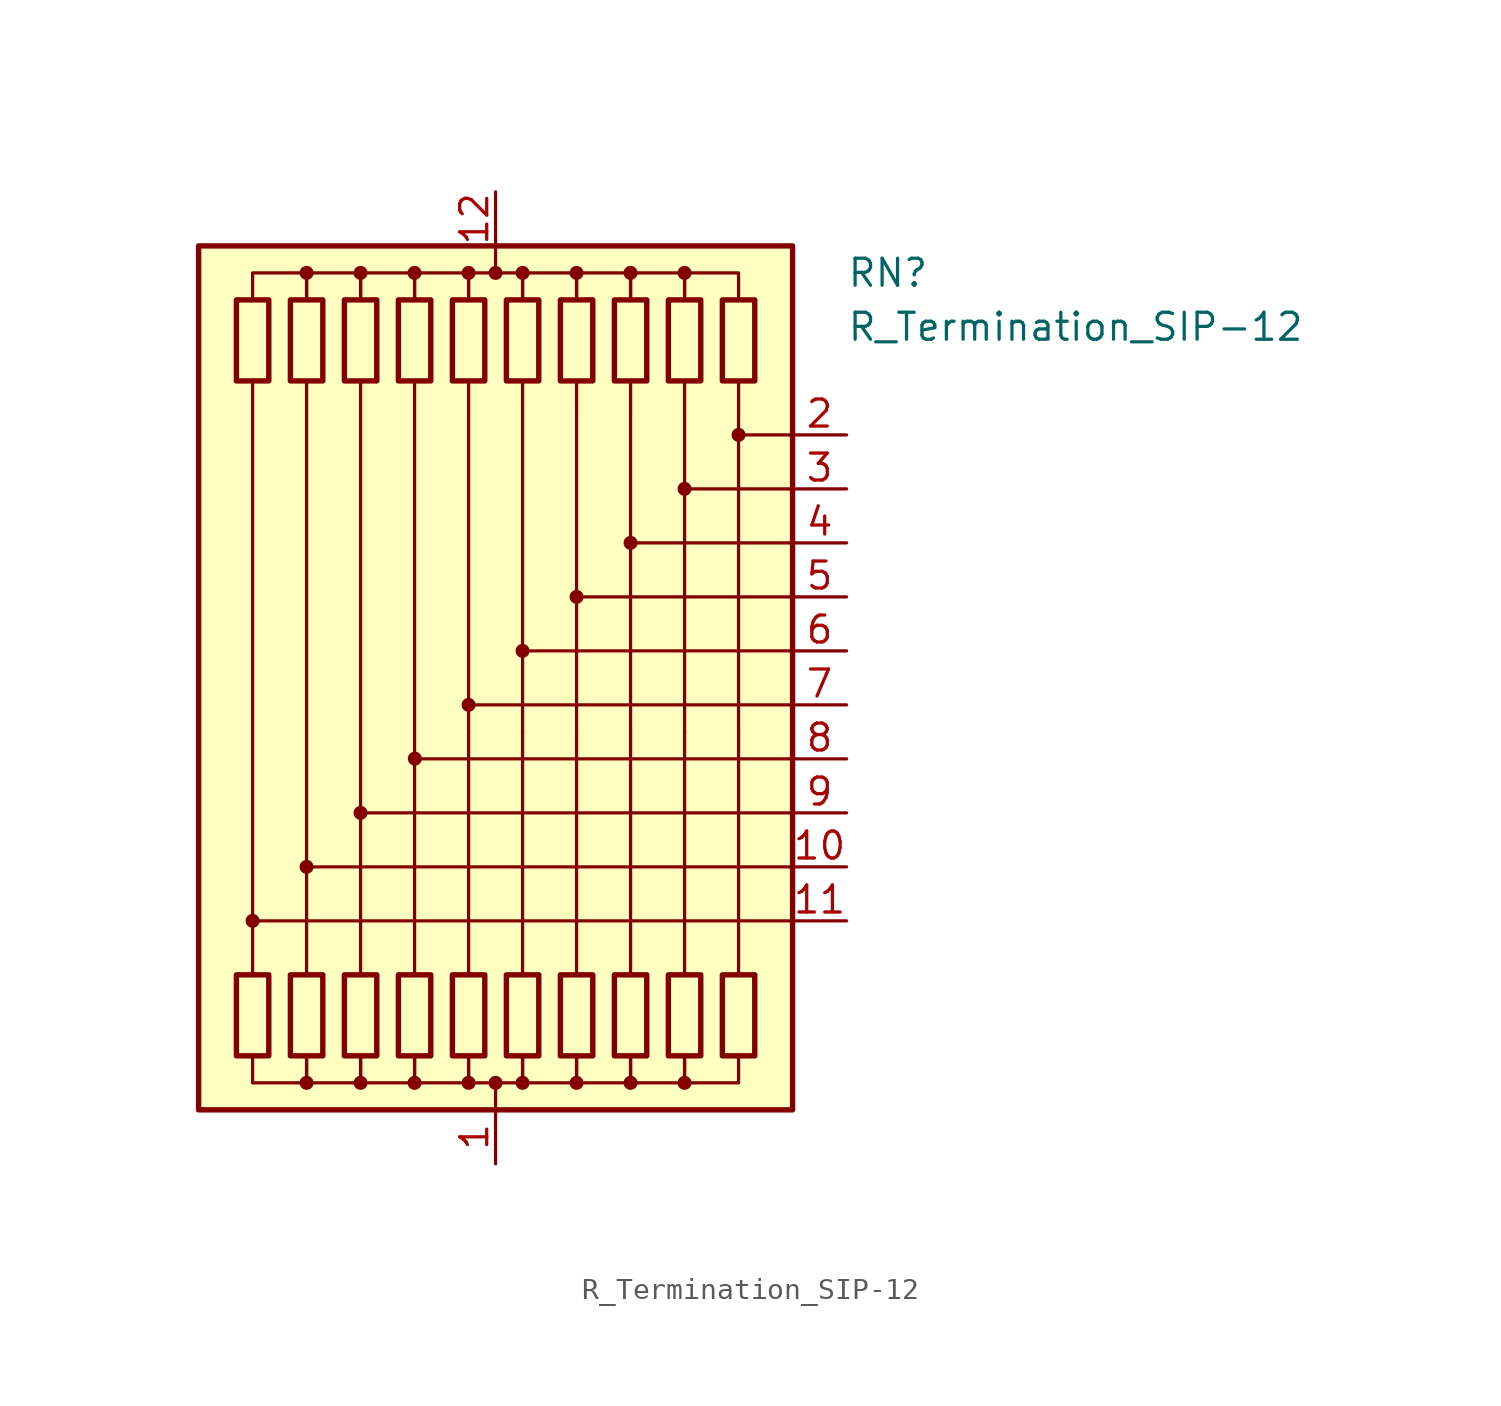
<source format=kicad_sym>
(kicad_symbol_lib
  (version 20220914)
  (generator kicad_symbol_editor)
  (symbol "R_Termination_SIP-12"
    (pin_names
      (offset 0.002) hide)
    (property "Reference" "RN"
      (at 16.51 19.05 0)
      (effects (font (size 1.27 1.27)) (justify left)))
    (property "Value" "R_Termination_SIP-12"
      (at 16.51 16.51 0)
      (effects (font (size 1.27 1.27)) (justify left)))
    (symbol "R_Termination_SIP-12_0_1"
      (rectangle (start -13.97 20.32) (end 13.97 -20.32) (stroke (width 0.254) (type default)) (fill (type background)))
      (rectangle (start -12.192 17.78) (end -10.668 13.97) (stroke (width 0.254) (type default)) (fill (type none)))
      (circle (center -11.43 -11.43) (radius 0.254) (stroke (width 0) (type default)) (fill (type outline)))
      (rectangle (start -10.668 -17.78) (end -12.192 -13.97) (stroke (width 0.254) (type default)) (fill (type none)))
      (rectangle (start -9.652 17.78) (end -8.128 13.97) (stroke (width 0.254) (type default)) (fill (type none)))
      (circle (center -8.89 -19.05) (radius 0.254) (stroke (width 0) (type default)) (fill (type outline)))
      (circle (center -8.89 -8.89) (radius 0.254) (stroke (width 0) (type default)) (fill (type outline)))
      (circle (center -8.89 19.05) (radius 0.254) (stroke (width 0) (type default)) (fill (type outline)))
      (rectangle (start -8.128 -17.78) (end -9.652 -13.97) (stroke (width 0.254) (type default)) (fill (type none)))
      (rectangle (start -7.112 17.78) (end -5.588 13.97) (stroke (width 0.254) (type default)) (fill (type none)))
      (circle (center -6.35 -19.05) (radius 0.254) (stroke (width 0) (type default)) (fill (type outline)))
      (circle (center -6.35 -6.35) (radius 0.254) (stroke (width 0) (type default)) (fill (type outline)))
      (circle (center -6.35 19.05) (radius 0.254) (stroke (width 0) (type default)) (fill (type outline)))
      (rectangle (start -5.588 -17.78) (end -7.112 -13.97) (stroke (width 0.254) (type default)) (fill (type none)))
      (rectangle (start -4.572 17.78) (end -3.048 13.97) (stroke (width 0.254) (type default)) (fill (type none)))
      (circle (center -3.81 -19.05) (radius 0.254) (stroke (width 0) (type default)) (fill (type outline)))
      (circle (center -3.81 19.05) (radius 0.254) (stroke (width 0) (type default)) (fill (type outline)))
      (circle (center -3.798 -3.799) (radius 0.254) (stroke (width 0) (type default)) (fill (type outline)))
      (rectangle (start -3.048 -17.78) (end -4.572 -13.97) (stroke (width 0.254) (type default)) (fill (type none)))
      (rectangle (start -2.032 17.78) (end -0.508 13.97) (stroke (width 0.254) (type default)) (fill (type none)))
      (circle (center -1.27 -19.05) (radius 0.254) (stroke (width 0) (type default)) (fill (type outline)))
      (circle (center -1.27 -1.27) (radius 0.254) (stroke (width 0) (type default)) (fill (type outline)))
      (circle (center -1.27 19.05) (radius 0.254) (stroke (width 0) (type default)) (fill (type outline)))
      (rectangle (start -0.508 -17.78) (end -2.032 -13.97) (stroke (width 0.254) (type default)) (fill (type none)))
      (circle (center 0 -19.05) (radius 0.254) (stroke (width 0) (type default)) (fill (type outline)))
      (polyline (pts (xy -11.43 13.97) (xy -11.43 -13.97)) (stroke (width 0) (type default)) (fill (type none)))
      (polyline (pts (xy -8.89 13.97) (xy -8.89 -13.97)) (stroke (width 0) (type default)) (fill (type none)))
      (polyline (pts (xy -6.35 13.97) (xy -6.35 -13.97)) (stroke (width 0) (type default)) (fill (type none)))
      (polyline (pts (xy -3.81 13.97) (xy -3.81 -13.97)) (stroke (width 0) (type default)) (fill (type none)))
      (polyline (pts (xy -1.27 -13.97) (xy -1.27 -2.54)) (stroke (width 0) (type default)) (fill (type none)))
      (polyline (pts (xy -1.27 12.7) (xy -1.27 -2.54)) (stroke (width 0.152) (type default)) (fill (type none)))
      (polyline (pts (xy -1.27 13.97) (xy -1.27 12.7)) (stroke (width 0) (type default)) (fill (type none)))
      (polyline (pts (xy 0 -20.32) (xy 0 -19.05)) (stroke (width 0) (type default)) (fill (type none)))
      (polyline (pts (xy 0 20.32) (xy 0 19.05)) (stroke (width 0) (type default)) (fill (type none)))
      (polyline (pts (xy 1.27 -13.97) (xy 1.27 -2.54)) (stroke (width 0) (type default)) (fill (type none)))
      (polyline (pts (xy 1.27 12.7) (xy 1.27 -2.54)) (stroke (width 0.152) (type default)) (fill (type none)))
      (polyline (pts (xy 1.27 13.97) (xy 1.27 12.7)) (stroke (width 0) (type default)) (fill (type none)))
      (polyline (pts (xy 3.81 -13.97) (xy 3.81 -2.54)) (stroke (width 0) (type default)) (fill (type none)))
      (polyline (pts (xy 3.81 12.7) (xy 3.81 -2.54)) (stroke (width 0.152) (type default)) (fill (type none)))
      (polyline (pts (xy 3.81 13.97) (xy 3.81 12.7)) (stroke (width 0) (type default)) (fill (type none)))
      (polyline (pts (xy 6.35 -13.97) (xy 6.35 -2.54)) (stroke (width 0) (type default)) (fill (type none)))
      (polyline (pts (xy 6.35 12.7) (xy 6.35 -2.54)) (stroke (width 0.152) (type default)) (fill (type none)))
      (polyline (pts (xy 6.35 13.97) (xy 6.35 12.7)) (stroke (width 0) (type default)) (fill (type none)))
      (polyline (pts (xy 8.89 -13.97) (xy 8.89 -2.54)) (stroke (width 0) (type default)) (fill (type none)))
      (polyline (pts (xy 8.89 12.7) (xy 8.89 -2.54)) (stroke (width 0.152) (type default)) (fill (type none)))
      (polyline (pts (xy 8.89 13.97) (xy 8.89 12.7)) (stroke (width 0) (type default)) (fill (type none)))
      (polyline (pts (xy 11.43 -13.97) (xy 11.43 -2.54)) (stroke (width 0) (type default)) (fill (type none)))
      (polyline (pts (xy 11.43 12.7) (xy 11.43 -2.54)) (stroke (width 0.152) (type default)) (fill (type none)))
      (polyline (pts (xy 11.43 13.97) (xy 11.43 12.7)) (stroke (width 0) (type default)) (fill (type none)))
      (polyline (pts (xy 13.97 -11.43) (xy -11.43 -11.43)) (stroke (width 0.152) (type default)) (fill (type none)))
      (polyline (pts (xy 13.97 -8.89) (xy -8.89 -8.89)) (stroke (width 0.152) (type default)) (fill (type none)))
      (polyline (pts (xy 13.97 -6.35) (xy -6.35 -6.35)) (stroke (width 0.152) (type default)) (fill (type none)))
      (polyline (pts (xy 13.97 -3.81) (xy -3.81 -3.81)) (stroke (width 0.152) (type default)) (fill (type none)))
      (polyline (pts (xy 13.97 -1.27) (xy -1.27 -1.27)) (stroke (width 0.152) (type default)) (fill (type none)))
      (polyline (pts (xy 13.97 1.27) (xy 1.27 1.27)) (stroke (width 0.152) (type default)) (fill (type none)))
      (polyline (pts (xy 13.97 3.81) (xy 3.81 3.81)) (stroke (width 0.152) (type default)) (fill (type none)))
      (polyline (pts (xy 13.97 6.35) (xy 6.35 6.35)) (stroke (width 0.152) (type default)) (fill (type none)))
      (polyline (pts (xy 13.97 8.89) (xy 8.89 8.89)) (stroke (width 0.152) (type default)) (fill (type none)))
      (polyline (pts (xy 13.97 11.43) (xy 11.43 11.43)) (stroke (width 0.152) (type default)) (fill (type none)))
      (polyline (pts (xy -11.43 17.78) (xy -11.43 19.05) (xy -8.89 19.05) (xy -8.89 17.78)) (stroke (width 0) (type default)) (fill (type none)))
      (polyline (pts (xy -8.89 -17.78) (xy -8.89 -19.05) (xy -11.43 -19.05) (xy -11.43 -17.78)) (stroke (width 0) (type default)) (fill (type none)))
      (polyline (pts (xy -8.89 17.78) (xy -8.89 19.05) (xy -6.35 19.05) (xy -6.35 17.78)) (stroke (width 0) (type default)) (fill (type none)))
      (polyline (pts (xy -6.35 -17.78) (xy -6.35 -19.05) (xy -8.89 -19.05) (xy -8.89 -17.78)) (stroke (width 0) (type default)) (fill (type none)))
      (polyline (pts (xy -6.35 17.78) (xy -6.35 19.05) (xy -3.81 19.05) (xy -3.81 17.78)) (stroke (width 0) (type default)) (fill (type none)))
      (polyline (pts (xy -3.81 -17.78) (xy -3.81 -19.05) (xy -6.35 -19.05) (xy -6.35 -17.78)) (stroke (width 0) (type default)) (fill (type none)))
      (polyline (pts (xy -3.81 17.78) (xy -3.81 19.05) (xy -1.27 19.05) (xy -1.27 17.78)) (stroke (width 0) (type default)) (fill (type none)))
      (polyline (pts (xy -1.27 -17.78) (xy -1.27 -19.05) (xy -3.81 -19.05) (xy -3.81 -17.78)) (stroke (width 0) (type default)) (fill (type none)))
      (polyline (pts (xy -1.27 17.78) (xy -1.27 19.05) (xy 1.27 19.05) (xy 1.27 17.78)) (stroke (width 0) (type default)) (fill (type none)))
      (polyline (pts (xy 1.27 -17.78) (xy 1.27 -19.05) (xy -1.27 -19.05) (xy -1.27 -17.78)) (stroke (width 0) (type default)) (fill (type none)))
      (polyline (pts (xy 1.27 17.78) (xy 1.27 19.05) (xy 3.81 19.05) (xy 3.81 17.78)) (stroke (width 0) (type default)) (fill (type none)))
      (polyline (pts (xy 3.81 -17.78) (xy 3.81 -19.05) (xy 1.27 -19.05) (xy 1.27 -17.78)) (stroke (width 0) (type default)) (fill (type none)))
      (polyline (pts (xy 3.81 17.78) (xy 3.81 19.05) (xy 6.35 19.05) (xy 6.35 17.78)) (stroke (width 0) (type default)) (fill (type none)))
      (polyline (pts (xy 6.35 -17.78) (xy 6.35 -19.05) (xy 3.81 -19.05) (xy 3.81 -17.78)) (stroke (width 0) (type default)) (fill (type none)))
      (polyline (pts (xy 6.35 17.78) (xy 6.35 19.05) (xy 8.89 19.05) (xy 8.89 17.78)) (stroke (width 0) (type default)) (fill (type none)))
      (polyline (pts (xy 8.89 -17.78) (xy 8.89 -19.05) (xy 6.35 -19.05) (xy 6.35 -17.78)) (stroke (width 0) (type default)) (fill (type none)))
      (polyline (pts (xy 8.89 17.78) (xy 8.89 19.05) (xy 11.43 19.05) (xy 11.43 17.78)) (stroke (width 0) (type default)) (fill (type none)))
      (polyline (pts (xy 11.43 -17.78) (xy 11.43 -19.05) (xy 8.89 -19.05) (xy 8.89 -17.78)) (stroke (width 0) (type default)) (fill (type none)))
      (circle (center 0 19.05) (radius 0.254) (stroke (width 0) (type default)) (fill (type outline)))
      (rectangle (start 0.508 17.78) (end 2.032 13.97) (stroke (width 0.254) (type default)) (fill (type none)))
      (circle (center 1.27 -19.05) (radius 0.254) (stroke (width 0) (type default)) (fill (type outline)))
      (circle (center 1.27 1.27) (radius 0.254) (stroke (width 0) (type default)) (fill (type outline)))
      (circle (center 1.27 19.05) (radius 0.254) (stroke (width 0) (type default)) (fill (type outline)))
      (rectangle (start 2.032 -17.78) (end 0.508 -13.97) (stroke (width 0.254) (type default)) (fill (type none)))
      (rectangle (start 3.048 17.78) (end 4.572 13.97) (stroke (width 0.254) (type default)) (fill (type none)))
      (circle (center 3.81 -19.05) (radius 0.254) (stroke (width 0) (type default)) (fill (type outline)))
      (circle (center 3.81 3.81) (radius 0.254) (stroke (width 0) (type default)) (fill (type outline)))
      (circle (center 3.81 19.05) (radius 0.254) (stroke (width 0) (type default)) (fill (type outline)))
      (rectangle (start 4.572 -17.78) (end 3.048 -13.97) (stroke (width 0.254) (type default)) (fill (type none)))
      (rectangle (start 5.588 17.78) (end 7.112 13.97) (stroke (width 0.254) (type default)) (fill (type none)))
      (circle (center 6.35 -19.05) (radius 0.254) (stroke (width 0) (type default)) (fill (type outline)))
      (circle (center 6.35 6.35) (radius 0.254) (stroke (width 0) (type default)) (fill (type outline)))
      (circle (center 6.35 19.05) (radius 0.254) (stroke (width 0) (type default)) (fill (type outline)))
      (rectangle (start 7.112 -17.78) (end 5.588 -13.97) (stroke (width 0.254) (type default)) (fill (type none)))
      (rectangle (start 8.128 17.78) (end 9.652 13.97) (stroke (width 0.254) (type default)) (fill (type none)))
      (circle (center 8.89 -19.05) (radius 0.254) (stroke (width 0) (type default)) (fill (type outline)))
      (circle (center 8.89 8.89) (radius 0.254) (stroke (width 0) (type default)) (fill (type outline)))
      (circle (center 8.89 19.05) (radius 0.254) (stroke (width 0) (type default)) (fill (type outline)))
      (rectangle (start 9.652 -17.78) (end 8.128 -13.97) (stroke (width 0.254) (type default)) (fill (type none)))
      (rectangle (start 10.668 17.78) (end 12.192 13.97) (stroke (width 0.254) (type default)) (fill (type none)))
      (circle (center 11.43 11.43) (radius 0.254) (stroke (width 0) (type default)) (fill (type outline)))
      (rectangle (start 12.192 -17.78) (end 10.668 -13.97) (stroke (width 0.254) (type default)) (fill (type none))))
    (symbol "R_Termination_SIP-12_1_1"
      (pin passive line (at 0 -22.86 90) (length 2.54) (name "common" (effects (font (size 1.27 1.27)))) (number "1" (effects (font (size 1.27 1.27)))))
      (pin passive line (at 16.51 -8.89 180) (length 2.54) (name "R10" (effects (font (size 1.27 1.27)))) (number "10" (effects (font (size 1.27 1.27)))))
      (pin passive line (at 16.51 -11.43 180) (length 2.54) (name "R11" (effects (font (size 1.27 1.27)))) (number "11" (effects (font (size 1.27 1.27)))))
      (pin passive line (at 0 22.86 270) (length 2.54) (name "common" (effects (font (size 1.27 1.27)))) (number "12" (effects (font (size 1.27 1.27)))))
      (pin passive line (at 16.51 11.43 180) (length 2.54) (name "R2" (effects (font (size 1.27 1.27)))) (number "2" (effects (font (size 1.27 1.27)))))
      (pin passive line (at 16.51 8.89 180) (length 2.54) (name "R3" (effects (font (size 1.27 1.27)))) (number "3" (effects (font (size 1.27 1.27)))))
      (pin passive line (at 16.51 6.35 180) (length 2.54) (name "R4" (effects (font (size 1.27 1.27)))) (number "4" (effects (font (size 1.27 1.27)))))
      (pin passive line (at 16.51 3.81 180) (length 2.54) (name "R5" (effects (font (size 1.27 1.27)))) (number "5" (effects (font (size 1.27 1.27)))))
      (pin passive line (at 16.51 1.27 180) (length 2.54) (name "R6" (effects (font (size 1.27 1.27)))) (number "6" (effects (font (size 1.27 1.27)))))
      (pin passive line (at 16.51 -1.27 180) (length 2.54) (name "R7" (effects (font (size 1.27 1.27)))) (number "7" (effects (font (size 1.27 1.27)))))
      (pin passive line (at 16.51 -3.81 180) (length 2.54) (name "R8" (effects (font (size 1.27 1.27)))) (number "8" (effects (font (size 1.27 1.27)))))
      (pin passive line (at 16.51 -6.35 180) (length 2.54) (name "R9" (effects (font (size 1.27 1.27)))) (number "9" (effects (font (size 1.27 1.27))))))))
</source>
